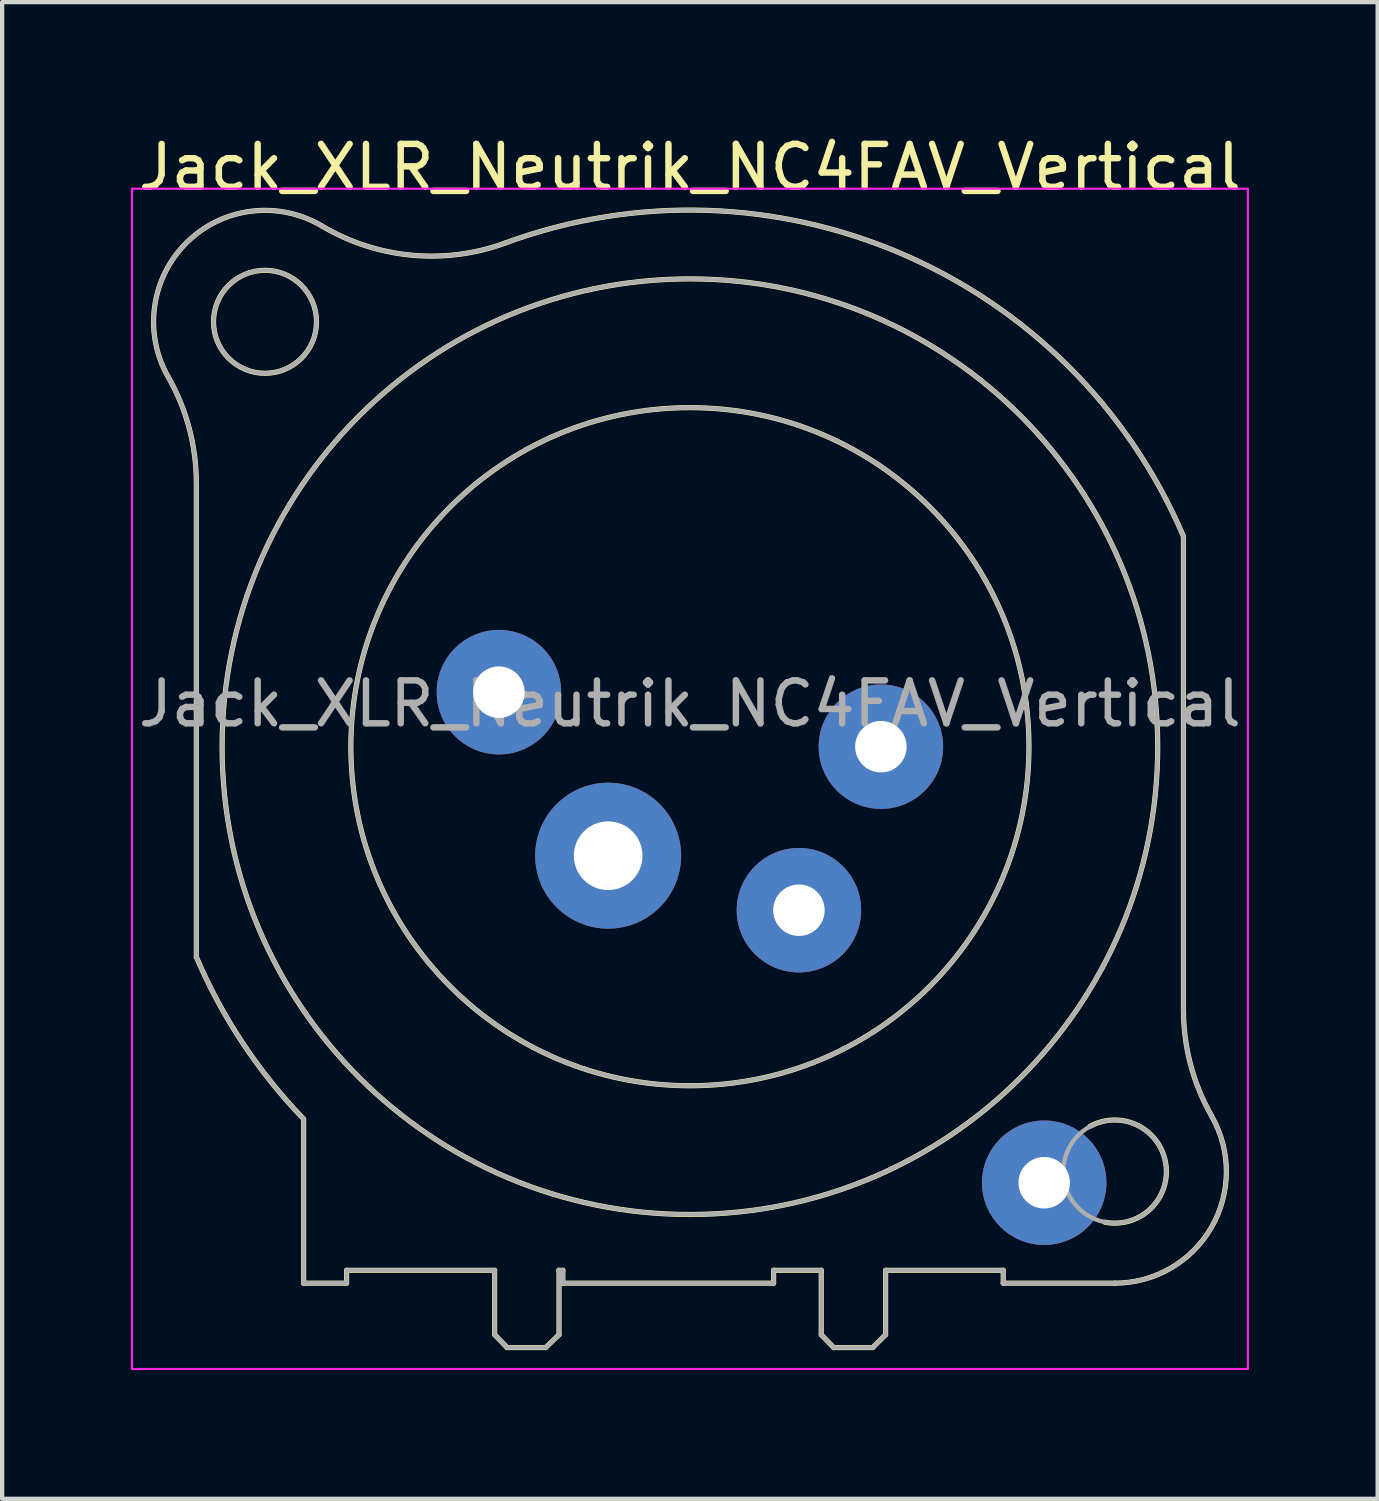
<source format=kicad_pcb>
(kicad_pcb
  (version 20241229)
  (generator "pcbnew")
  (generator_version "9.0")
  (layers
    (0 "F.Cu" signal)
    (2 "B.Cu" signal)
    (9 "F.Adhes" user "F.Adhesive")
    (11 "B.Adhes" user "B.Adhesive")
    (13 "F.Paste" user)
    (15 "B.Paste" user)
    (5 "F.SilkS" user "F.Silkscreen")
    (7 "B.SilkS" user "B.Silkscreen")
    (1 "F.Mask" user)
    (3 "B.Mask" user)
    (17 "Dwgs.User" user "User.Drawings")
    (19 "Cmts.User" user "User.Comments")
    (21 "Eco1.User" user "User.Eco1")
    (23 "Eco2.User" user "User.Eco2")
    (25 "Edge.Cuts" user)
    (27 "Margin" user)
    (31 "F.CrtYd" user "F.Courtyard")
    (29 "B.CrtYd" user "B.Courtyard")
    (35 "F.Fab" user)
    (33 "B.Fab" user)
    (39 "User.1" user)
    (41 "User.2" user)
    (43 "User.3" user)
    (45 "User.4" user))
  (footprint "Jack_XLR_Neutrik_NC4FAV_Vertical"
    (layer "F.Cu")
    (at 17.475 14.348)
    (property "Reference" "Jack_XLR_Neutrik_NC4FAV_Vertical" (at -4.45 -13.5 0) (layer "F.SilkS") (effects (font (size 1 1) (thickness 0.15))))
    (attr through_hole)
    (fp_line (start -15.95 -6.13) (end -15.95 4.9) (stroke (width 0.12) (type solid)) (layer "F.SilkS"))
    (fp_line (start -13.45 8.68) (end -13.45 12.5) (stroke (width 0.12) (type solid)) (layer "F.SilkS"))
    (fp_line (start -12.45 12.2) (end -12.45 12.5) (stroke (width 0.12) (type solid)) (layer "F.SilkS"))
    (fp_line (start -12.45 12.5) (end -13.45 12.5) (stroke (width 0.12) (type solid)) (layer "F.SilkS"))
    (fp_line (start -9 12.2) (end -12.45 12.2) (stroke (width 0.12) (type solid)) (layer "F.SilkS"))
    (fp_line (start -9 12.2) (end -9 13.7) (stroke (width 0.12) (type solid)) (layer "F.SilkS"))
    (fp_line (start -9 13.7) (end -8.71 14) (stroke (width 0.12) (type solid)) (layer "F.SilkS"))
    (fp_line (start -8.71 14) (end -7.81 14) (stroke (width 0.12) (type solid)) (layer "F.SilkS"))
    (fp_line (start -7.5 12.2) (end -7.5 13.7) (stroke (width 0.12) (type solid)) (layer "F.SilkS"))
    (fp_line (start -7.5 13.7) (end -7.81 14) (stroke (width 0.12) (type solid)) (layer "F.SilkS"))
    (fp_line (start -7.41 12.2) (end -7.5 12.2) (stroke (width 0.12) (type solid)) (layer "F.SilkS"))
    (fp_line (start -7.41 12.2) (end -7.41 12.5) (stroke (width 0.12) (type solid)) (layer "F.SilkS"))
    (fp_line (start -2.5 12.2) (end -2.5 12.5) (stroke (width 0.12) (type solid)) (layer "F.SilkS"))
    (fp_line (start -2.5 12.2) (end -1.39 12.2) (stroke (width 0.12) (type solid)) (layer "F.SilkS"))
    (fp_line (start -2.5 12.5) (end -7.41 12.5) (stroke (width 0.12) (type solid)) (layer "F.SilkS"))
    (fp_line (start -1.39 12.2) (end -1.39 13.7) (stroke (width 0.12) (type solid)) (layer "F.SilkS"))
    (fp_line (start -1.39 13.7) (end -1.1 14) (stroke (width 0.12) (type solid)) (layer "F.SilkS"))
    (fp_line (start -1.1 14) (end -0.19 14) (stroke (width 0.12) (type solid)) (layer "F.SilkS"))
    (fp_line (start 0.11 12.2) (end 0.11 13.7) (stroke (width 0.12) (type solid)) (layer "F.SilkS"))
    (fp_line (start 0.11 12.2) (end 2.85 12.2) (stroke (width 0.12) (type solid)) (layer "F.SilkS"))
    (fp_line (start 0.11 13.7) (end -0.19 14) (stroke (width 0.12) (type solid)) (layer "F.SilkS"))
    (fp_line (start 2.85 12.2) (end 2.85 12.5) (stroke (width 0.12) (type solid)) (layer "F.SilkS"))
    (fp_line (start 5.45 12.5) (end 2.85 12.5) (stroke (width 0.12) (type solid)) (layer "F.SilkS"))
    (fp_line (start 7.05 6.13) (end 7.05 -4.9) (stroke (width 0.12) (type solid)) (layer "F.SilkS"))
    (fp_arc (start -16.605678 -8.61403) (mid -16.167892 -11.753934) (end -13.02 -12.13) (stroke (width 0.12) (type solid)) (layer "F.SilkS"))
    (fp_arc (start -16.601888 -8.608607) (mid -16.114437 -7.411781) (end -15.95 -6.13) (stroke (width 0.12) (type solid)) (layer "F.SilkS"))
    (fp_arc (start -13.460471 8.664376) (mid -14.876528 6.89547) (end -15.95 4.9) (stroke (width 0.12) (type solid)) (layer "F.SilkS"))
    (fp_arc (start -8.782378 -11.725634) (mid 0.49884 -11.479067) (end 7.05 -4.9) (stroke (width 0.12) (type solid)) (layer "F.SilkS"))
    (fp_arc (start -8.765808 -11.730188) (mid -10.937772 -11.452682) (end -13.02 -12.13) (stroke (width 0.12) (type solid)) (layer "F.SilkS"))
    (fp_arc (start 4.867701 8.848226) (mid 6.637502 9.712546) (end 5.22 11.08) (stroke (width 0.12) (type solid)) (layer "F.SilkS"))
    (fp_arc (start 7.706842 8.607293) (mid 7.216999 7.411447) (end 7.05 6.13) (stroke (width 0.12) (type solid)) (layer "F.SilkS"))
    (fp_arc (start 7.708442 8.611807) (mid 7.698255 11.20589) (end 5.45 12.5) (stroke (width 0.12) (type solid)) (layer "F.SilkS"))
    (fp_circle (center -14.35 -9.9) (end -13.15 -9.9) (stroke (width 0.12) (type solid)) (fill no) (layer "F.SilkS"))
    (fp_circle (center -4.45 0) (end 3.45 0) (stroke (width 0.12) (type solid)) (fill no) (layer "F.SilkS"))
    (fp_circle (center -4.45 0) (end 6.45 0) (stroke (width 0.12) (type solid)) (fill no) (layer "F.SilkS"))
    (fp_line (start -17.45 -13) (end 8.55 -13) (stroke (width 0.05) (type solid)) (layer "F.CrtYd"))
    (fp_line (start -17.45 14.5) (end -17.45 -13) (stroke (width 0.05) (type solid)) (layer "F.CrtYd"))
    (fp_line (start 8.55 -13) (end 8.55 14.5) (stroke (width 0.05) (type solid)) (layer "F.CrtYd"))
    (fp_line (start 8.55 14.5) (end -17.45 14.5) (stroke (width 0.05) (type solid)) (layer "F.CrtYd"))
    (fp_line (start -15.95 -6.13) (end -15.95 4.9) (stroke (width 0.1) (type solid)) (layer "F.Fab"))
    (fp_line (start -13.45 8.68) (end -13.45 12.5) (stroke (width 0.1) (type solid)) (layer "F.Fab"))
    (fp_line (start -12.45 12.2) (end -12.45 12.5) (stroke (width 0.1) (type solid)) (layer "F.Fab"))
    (fp_line (start -12.45 12.5) (end -13.45 12.5) (stroke (width 0.1) (type solid)) (layer "F.Fab"))
    (fp_line (start -9 12.2) (end -12.45 12.2) (stroke (width 0.1) (type solid)) (layer "F.Fab"))
    (fp_line (start -9 12.2) (end -9 13.7) (stroke (width 0.1) (type solid)) (layer "F.Fab"))
    (fp_line (start -9 13.7) (end -8.71 14) (stroke (width 0.1) (type solid)) (layer "F.Fab"))
    (fp_line (start -8.71 14) (end -7.81 14) (stroke (width 0.1) (type solid)) (layer "F.Fab"))
    (fp_line (start -7.5 12.2) (end -7.5 13.7) (stroke (width 0.1) (type solid)) (layer "F.Fab"))
    (fp_line (start -7.5 13.7) (end -7.81 14) (stroke (width 0.1) (type solid)) (layer "F.Fab"))
    (fp_line (start -7.41 12.2) (end -7.5 12.2) (stroke (width 0.1) (type solid)) (layer "F.Fab"))
    (fp_line (start -7.41 12.2) (end -7.41 12.5) (stroke (width 0.1) (type solid)) (layer "F.Fab"))
    (fp_line (start -2.5 12.2) (end -2.5 12.5) (stroke (width 0.1) (type solid)) (layer "F.Fab"))
    (fp_line (start -2.5 12.2) (end -1.39 12.2) (stroke (width 0.1) (type solid)) (layer "F.Fab"))
    (fp_line (start -2.5 12.5) (end -7.41 12.5) (stroke (width 0.1) (type solid)) (layer "F.Fab"))
    (fp_line (start -1.39 12.2) (end -1.39 13.7) (stroke (width 0.1) (type solid)) (layer "F.Fab"))
    (fp_line (start -1.39 13.7) (end -1.1 14) (stroke (width 0.1) (type solid)) (layer "F.Fab"))
    (fp_line (start -1.1 14) (end -0.19 14) (stroke (width 0.1) (type solid)) (layer "F.Fab"))
    (fp_line (start 0.11 12.2) (end 0.11 13.7) (stroke (width 0.1) (type solid)) (layer "F.Fab"))
    (fp_line (start 0.11 12.2) (end 2.85 12.2) (stroke (width 0.1) (type solid)) (layer "F.Fab"))
    (fp_line (start 0.11 13.7) (end -0.19 14) (stroke (width 0.1) (type solid)) (layer "F.Fab"))
    (fp_line (start 2.85 12.2) (end 2.85 12.5) (stroke (width 0.1) (type solid)) (layer "F.Fab"))
    (fp_line (start 5.45 12.5) (end 2.85 12.5) (stroke (width 0.1) (type solid)) (layer "F.Fab"))
    (fp_line (start 7.05 6.13) (end 7.05 -4.9) (stroke (width 0.1) (type solid)) (layer "F.Fab"))
    (fp_arc (start -16.605678 -8.61403) (mid -16.167892 -11.753934) (end -13.02 -12.13) (stroke (width 0.1) (type solid)) (layer "F.Fab"))
    (fp_arc (start -16.601888 -8.608607) (mid -16.114437 -7.411781) (end -15.95 -6.13) (stroke (width 0.1) (type solid)) (layer "F.Fab"))
    (fp_arc (start -13.460471 8.664376) (mid -14.876528 6.89547) (end -15.95 4.9) (stroke (width 0.1) (type solid)) (layer "F.Fab"))
    (fp_arc (start -8.782378 -11.725634) (mid 0.49884 -11.479067) (end 7.05 -4.9) (stroke (width 0.1) (type solid)) (layer "F.Fab"))
    (fp_arc (start -8.765808 -11.730188) (mid -10.937772 -11.452682) (end -13.02 -12.13) (stroke (width 0.1) (type solid)) (layer "F.Fab"))
    (fp_arc (start 7.706842 8.607293) (mid 7.216999 7.411447) (end 7.05 6.13) (stroke (width 0.1) (type solid)) (layer "F.Fab"))
    (fp_arc (start 7.708442 8.611807) (mid 7.698255 11.20589) (end 5.45 12.5) (stroke (width 0.1) (type solid)) (layer "F.Fab"))
    (fp_circle (center -14.35 -9.9) (end -13.15 -9.9) (stroke (width 0.1) (type solid)) (fill no) (layer "F.Fab"))
    (fp_circle (center -4.45 0) (end 3.45 0) (stroke (width 0.1) (type solid)) (fill no) (layer "F.Fab"))
    (fp_circle (center -4.45 0) (end 6.45 0) (stroke (width 0.1) (type solid)) (fill no) (layer "F.Fab"))
    (fp_circle (center 5.45 9.9) (end 6.65 9.9) (stroke (width 0.1) (type solid)) (fill no) (layer "F.Fab"))
    (fp_text user "${REFERENCE}" (at -4.45 -1 0) (layer "F.Fab") (effects (font (size 1 1) (thickness 0.15))))
    (pad "1" thru_hole circle (at 0 0) (size 2.9 2.9) (drill 1.2) (layers "*.Cu" "*.Mask"))
    (pad "2" thru_hole circle (at -1.91 3.81) (size 2.9 2.9) (drill 1.2) (layers "*.Cu" "*.Mask"))
    (pad "3" thru_hole circle (at -6.355 2.54) (size 3.4 3.4) (drill 1.6) (layers "*.Cu" "*.Mask"))
    (pad "4" thru_hole circle (at -8.9 -1.27) (size 2.9 2.9) (drill 1.2) (layers "*.Cu" "*.Mask"))
    (pad "G" thru_hole circle (at 3.805 10.16) (size 2.9 2.9) (drill 1.2) (layers "*.Cu" "*.Mask")))
  (gr_rect
    (start -3 -3)
    (end 29.05 31.873)
    (stroke (width 0.1) (type default))
    (fill no)
    (layer "Edge.Cuts")))
</source>
